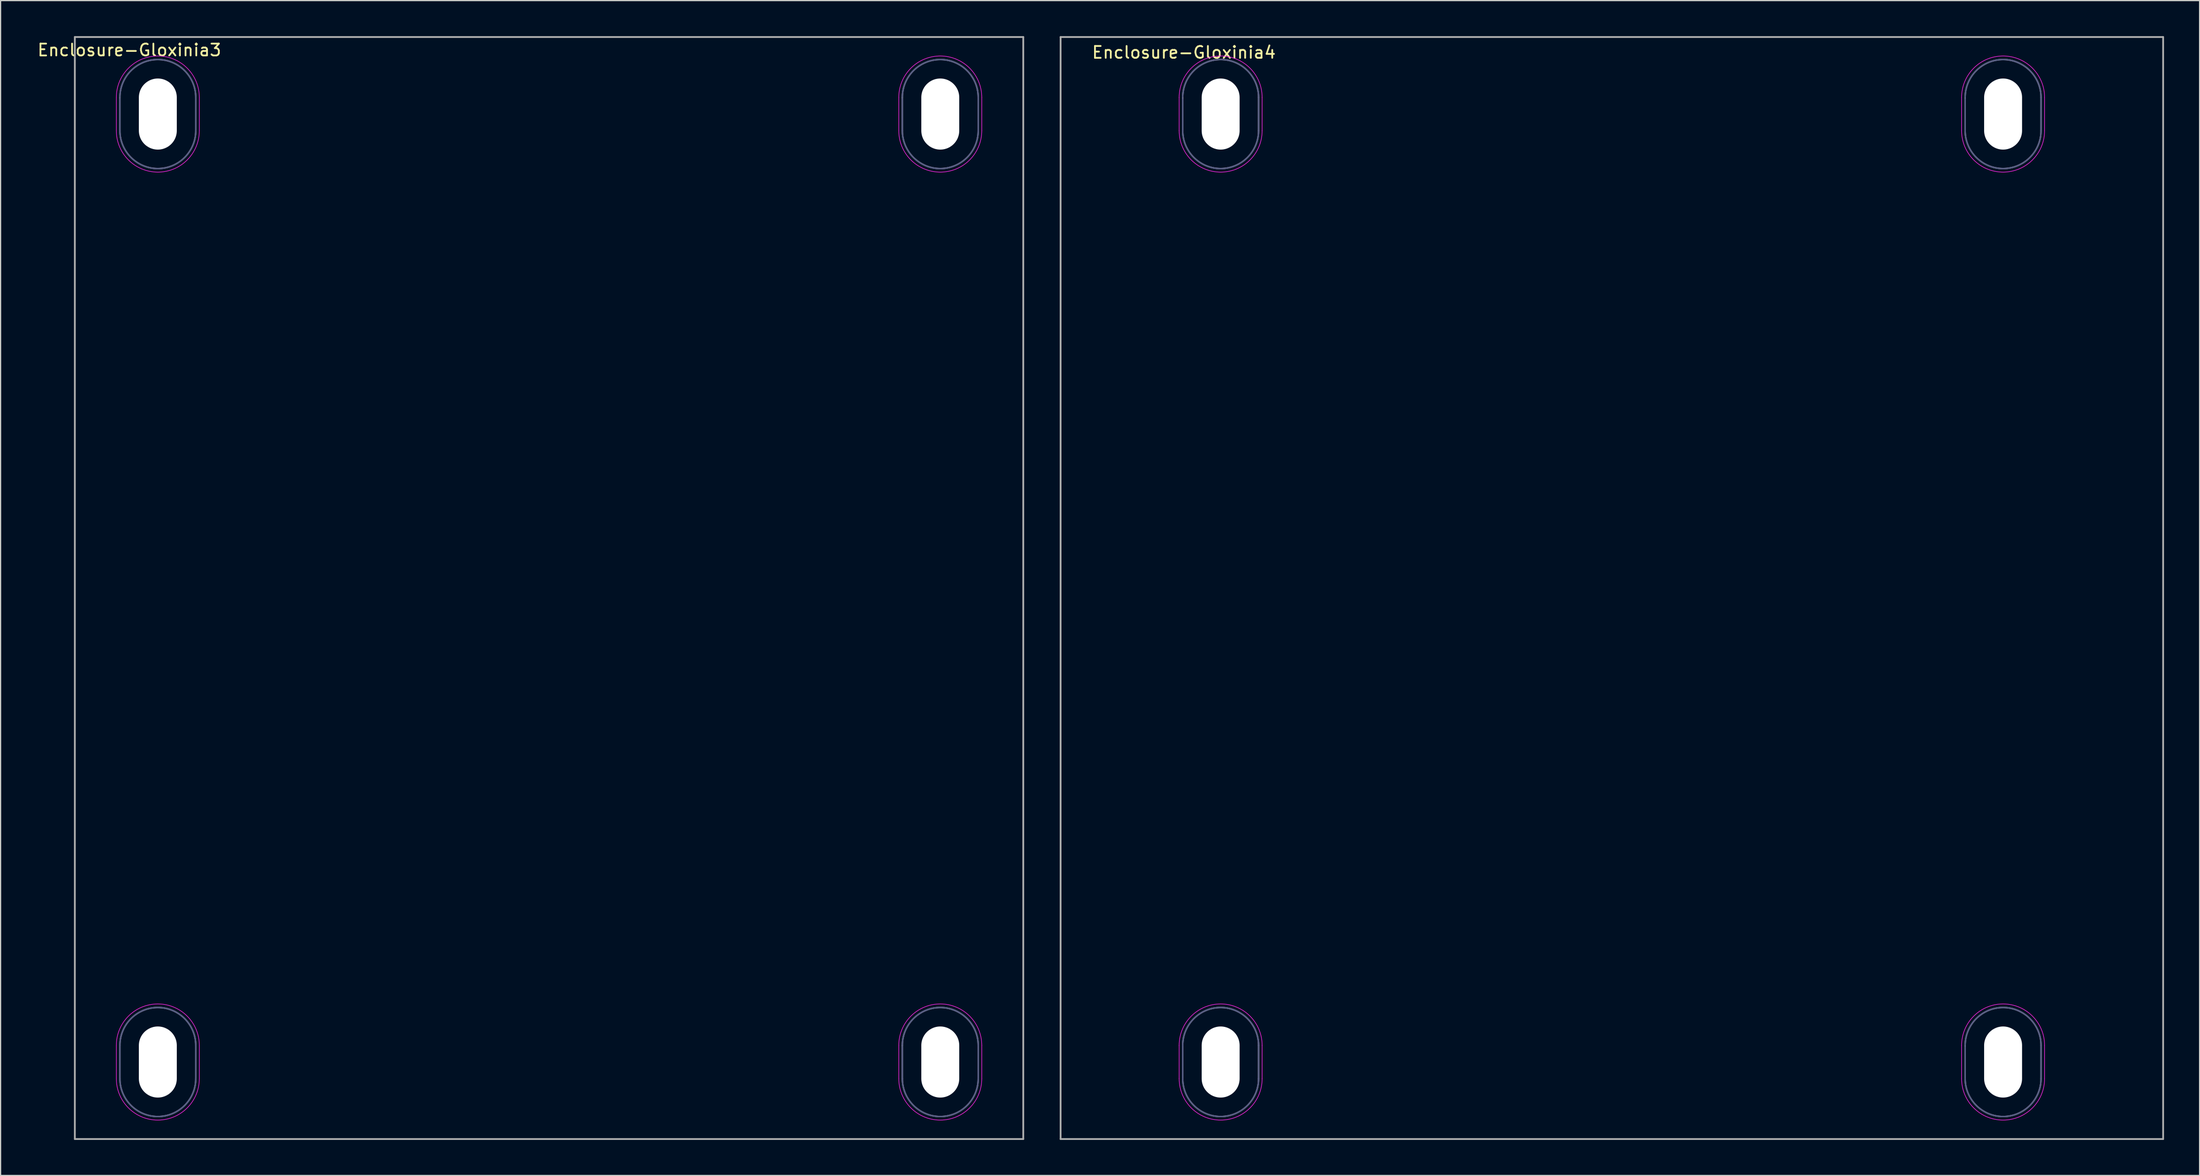
<source format=kicad_pcb>
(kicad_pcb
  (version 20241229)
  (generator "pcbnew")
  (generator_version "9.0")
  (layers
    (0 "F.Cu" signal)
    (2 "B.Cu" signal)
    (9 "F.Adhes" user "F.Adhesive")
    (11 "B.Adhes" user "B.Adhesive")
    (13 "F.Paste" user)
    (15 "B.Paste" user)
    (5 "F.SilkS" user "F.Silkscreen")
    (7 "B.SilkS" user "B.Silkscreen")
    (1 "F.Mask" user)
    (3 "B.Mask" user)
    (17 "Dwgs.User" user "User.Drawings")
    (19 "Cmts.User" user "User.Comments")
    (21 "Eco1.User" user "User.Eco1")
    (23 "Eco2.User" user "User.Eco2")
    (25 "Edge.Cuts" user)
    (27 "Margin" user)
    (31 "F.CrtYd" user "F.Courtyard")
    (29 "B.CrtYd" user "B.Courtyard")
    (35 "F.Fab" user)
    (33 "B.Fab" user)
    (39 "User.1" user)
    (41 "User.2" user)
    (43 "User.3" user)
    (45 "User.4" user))
  (footprint "Enclosure-Gloxinia4"
    (layer "F.Cu")
    (at 132.913 46.575)
    (property "Reference" "Enclosure-Gloxinia4" (at -36.1 -45.2 0) (layer "F.SilkS") (effects (font (size 1 1) (thickness 0.15))))
    (fp_line (start -36.5 -41.4) (end -36.5 -38.6) (stroke (width 0.05) (type solid)) (layer "F.CrtYd"))
    (fp_line (start -36.5 38.6) (end -36.5 41.4) (stroke (width 0.05) (type solid)) (layer "F.CrtYd"))
    (fp_line (start -29.5 -41.4) (end -29.5 -38.6) (stroke (width 0.05) (type solid)) (layer "F.CrtYd"))
    (fp_line (start -29.5 38.6) (end -29.5 41.4) (stroke (width 0.05) (type solid)) (layer "F.CrtYd"))
    (fp_line (start 29.5 -41.4) (end 29.5 -38.6) (stroke (width 0.05) (type solid)) (layer "F.CrtYd"))
    (fp_line (start 29.5 38.6) (end 29.5 41.4) (stroke (width 0.05) (type solid)) (layer "F.CrtYd"))
    (fp_line (start 36.5 -41.4) (end 36.5 -38.6) (stroke (width 0.05) (type solid)) (layer "F.CrtYd"))
    (fp_line (start 36.5 38.6) (end 36.5 41.4) (stroke (width 0.05) (type solid)) (layer "F.CrtYd"))
    (fp_arc (start -36.5 -41.4) (mid -33 -44.9) (end -29.5 -41.4) (stroke (width 0.05) (type solid)) (layer "F.CrtYd"))
    (fp_arc (start -36.5 38.6) (mid -33 35.1) (end -29.5 38.6) (stroke (width 0.05) (type solid)) (layer "F.CrtYd"))
    (fp_arc (start -29.5 -38.6) (mid -33 -35.1) (end -36.5 -38.6) (stroke (width 0.05) (type solid)) (layer "F.CrtYd"))
    (fp_arc (start -29.5 41.4) (mid -33 44.9) (end -36.5 41.4) (stroke (width 0.05) (type solid)) (layer "F.CrtYd"))
    (fp_arc (start 29.5 -41.4) (mid 33 -44.9) (end 36.5 -41.4) (stroke (width 0.05) (type solid)) (layer "F.CrtYd"))
    (fp_arc (start 29.5 38.6) (mid 33 35.1) (end 36.5 38.6) (stroke (width 0.05) (type solid)) (layer "F.CrtYd"))
    (fp_arc (start 36.5 -38.6) (mid 33 -35.1) (end 29.5 -38.6) (stroke (width 0.05) (type solid)) (layer "F.CrtYd"))
    (fp_arc (start 36.5 41.4) (mid 33 44.9) (end 29.5 41.4) (stroke (width 0.05) (type solid)) (layer "F.CrtYd"))
    (fp_line (start -36.2 -41.3) (end -36.2 -38.6) (stroke (width 0.12) (type solid)) (layer "B.Fab"))
    (fp_line (start -36.2 38.6) (end -36.2 41.4) (stroke (width 0.12) (type solid)) (layer "B.Fab"))
    (fp_line (start -29.8 -41.4) (end -29.8 -38.6) (stroke (width 0.12) (type solid)) (layer "B.Fab"))
    (fp_line (start -29.8 38.6) (end -29.8 41.5) (stroke (width 0.12) (type solid)) (layer "B.Fab"))
    (fp_line (start 29.8 -41.3) (end 29.8 -38.6) (stroke (width 0.12) (type solid)) (layer "B.Fab"))
    (fp_line (start 29.8 38.7) (end 29.8 41.4) (stroke (width 0.12) (type solid)) (layer "B.Fab"))
    (fp_line (start 36.2 -41.4) (end 36.2 -38.6) (stroke (width 0.12) (type solid)) (layer "B.Fab"))
    (fp_line (start 36.2 38.6) (end 36.2 41.4) (stroke (width 0.12) (type solid)) (layer "B.Fab"))
    (fp_arc (start -36.2 -41.4) (mid -33 -44.6) (end -29.8 -41.4) (stroke (width 0.12) (type solid)) (layer "B.Fab"))
    (fp_arc (start -36.2 38.6) (mid -33 35.4) (end -29.8 38.6) (stroke (width 0.12) (type solid)) (layer "B.Fab"))
    (fp_arc (start -29.8 -38.6) (mid -33 -35.4) (end -36.2 -38.6) (stroke (width 0.12) (type solid)) (layer "B.Fab"))
    (fp_arc (start -29.8 41.4) (mid -33 44.6) (end -36.2 41.4) (stroke (width 0.12) (type solid)) (layer "B.Fab"))
    (fp_arc (start 29.8 -41.4) (mid 33 -44.6) (end 36.2 -41.4) (stroke (width 0.12) (type solid)) (layer "B.Fab"))
    (fp_arc (start 29.8 38.6) (mid 33 35.4) (end 36.2 38.6) (stroke (width 0.12) (type solid)) (layer "B.Fab"))
    (fp_arc (start 36.2 -38.6) (mid 33 -35.4) (end 29.8 -38.6) (stroke (width 0.12) (type solid)) (layer "B.Fab"))
    (fp_arc (start 36.2 41.4) (mid 33 44.6) (end 29.8 41.4) (stroke (width 0.12) (type solid)) (layer "B.Fab"))
    (fp_line (start -46.5 -46.5) (end -46.5 46.5) (stroke (width 0.15) (type solid)) (layer "F.Fab"))
    (fp_line (start -46.5 -46.5) (end 46.5 -46.5) (stroke (width 0.15) (type solid)) (layer "F.Fab"))
    (fp_line (start -36.2 -41.4) (end -36.2 -38.6) (stroke (width 0.12) (type solid)) (layer "F.Fab"))
    (fp_line (start -36.2 38.6) (end -36.2 41.4) (stroke (width 0.12) (type solid)) (layer "F.Fab"))
    (fp_line (start -29.8 -41.4) (end -29.8 -38.6) (stroke (width 0.12) (type solid)) (layer "F.Fab"))
    (fp_line (start -29.8 38.6) (end -29.8 41.4) (stroke (width 0.12) (type solid)) (layer "F.Fab"))
    (fp_line (start 29.8 -41.4) (end 29.8 -38.6) (stroke (width 0.12) (type solid)) (layer "F.Fab"))
    (fp_line (start 29.8 38.6) (end 29.8 41.4) (stroke (width 0.12) (type solid)) (layer "F.Fab"))
    (fp_line (start 36.2 -41.4) (end 36.2 -38.6) (stroke (width 0.12) (type solid)) (layer "F.Fab"))
    (fp_line (start 36.2 38.6) (end 36.2 41.4) (stroke (width 0.12) (type solid)) (layer "F.Fab"))
    (fp_line (start 46.5 -46.5) (end 46.5 46.5) (stroke (width 0.15) (type solid)) (layer "F.Fab"))
    (fp_line (start 46.5 46.5) (end -46.5 46.5) (stroke (width 0.15) (type solid)) (layer "F.Fab"))
    (fp_arc (start -36.2 -41.4) (mid -33 -44.6) (end -29.8 -41.4) (stroke (width 0.12) (type solid)) (layer "F.Fab"))
    (fp_arc (start -36.2 38.6) (mid -33 35.4) (end -29.8 38.6) (stroke (width 0.12) (type solid)) (layer "F.Fab"))
    (fp_arc (start -29.8 -38.6) (mid -33 -35.4) (end -36.2 -38.6) (stroke (width 0.12) (type solid)) (layer "F.Fab"))
    (fp_arc (start -29.8 41.4) (mid -33 44.6) (end -36.2 41.4) (stroke (width 0.12) (type solid)) (layer "F.Fab"))
    (fp_arc (start 29.8 -41.4) (mid 33 -44.6) (end 36.2 -41.4) (stroke (width 0.12) (type solid)) (layer "F.Fab"))
    (fp_arc (start 29.8 38.6) (mid 33 35.4) (end 36.2 38.6) (stroke (width 0.12) (type solid)) (layer "F.Fab"))
    (fp_arc (start 36.2 -38.6) (mid 33 -35.4) (end 29.8 -38.6) (stroke (width 0.12) (type solid)) (layer "F.Fab"))
    (fp_arc (start 36.2 41.4) (mid 33 44.6) (end 29.8 41.4) (stroke (width 0.12) (type solid)) (layer "F.Fab"))
    (pad "" np_thru_hole oval (at -33 -40) (size 3.2 6) (drill oval 3.2 6) (layers "*.Cu" "*.Mask"))
    (pad "" np_thru_hole oval (at -33 40) (size 3.2 6) (drill oval 3.2 6) (layers "*.Cu" "*.Mask"))
    (pad "" np_thru_hole oval (at 33 -40) (size 3.2 6) (drill oval 3.2 6) (layers "*.Cu" "*.Mask"))
    (pad "" np_thru_hole oval (at 33 40) (size 3.2 6) (drill oval 3.2 6) (layers "*.Cu" "*.Mask")))
  (footprint "Enclosure-Gloxinia3"
    (layer "F.Cu")
    (at 43.263 46.575)
    (property "Reference" "Enclosure-Gloxinia3" (at -35.4 -45.4 0) (layer "F.SilkS") (effects (font (size 1 1) (thickness 0.15))))
    (fp_line (start -36.5 -41.4) (end -36.5 -38.6) (stroke (width 0.05) (type solid)) (layer "F.CrtYd"))
    (fp_line (start -36.5 38.6) (end -36.5 41.4) (stroke (width 0.05) (type solid)) (layer "F.CrtYd"))
    (fp_line (start -29.5 -41.4) (end -29.5 -38.6) (stroke (width 0.05) (type solid)) (layer "F.CrtYd"))
    (fp_line (start -29.5 38.6) (end -29.5 41.4) (stroke (width 0.05) (type solid)) (layer "F.CrtYd"))
    (fp_line (start 29.5 -41.4) (end 29.5 -38.6) (stroke (width 0.05) (type solid)) (layer "F.CrtYd"))
    (fp_line (start 29.5 38.6) (end 29.5 41.4) (stroke (width 0.05) (type solid)) (layer "F.CrtYd"))
    (fp_line (start 36.5 -41.4) (end 36.5 -38.6) (stroke (width 0.05) (type solid)) (layer "F.CrtYd"))
    (fp_line (start 36.5 38.6) (end 36.5 41.4) (stroke (width 0.05) (type solid)) (layer "F.CrtYd"))
    (fp_arc (start -36.5 -41.4) (mid -33 -44.9) (end -29.5 -41.4) (stroke (width 0.05) (type solid)) (layer "F.CrtYd"))
    (fp_arc (start -36.5 38.6) (mid -33 35.1) (end -29.5 38.6) (stroke (width 0.05) (type solid)) (layer "F.CrtYd"))
    (fp_arc (start -29.5 -38.6) (mid -33 -35.1) (end -36.5 -38.6) (stroke (width 0.05) (type solid)) (layer "F.CrtYd"))
    (fp_arc (start -29.5 41.4) (mid -33 44.9) (end -36.5 41.4) (stroke (width 0.05) (type solid)) (layer "F.CrtYd"))
    (fp_arc (start 29.5 -41.4) (mid 33 -44.9) (end 36.5 -41.4) (stroke (width 0.05) (type solid)) (layer "F.CrtYd"))
    (fp_arc (start 29.5 38.6) (mid 33 35.1) (end 36.5 38.6) (stroke (width 0.05) (type solid)) (layer "F.CrtYd"))
    (fp_arc (start 36.5 -38.6) (mid 33 -35.1) (end 29.5 -38.6) (stroke (width 0.05) (type solid)) (layer "F.CrtYd"))
    (fp_arc (start 36.5 41.4) (mid 33 44.9) (end 29.5 41.4) (stroke (width 0.05) (type solid)) (layer "F.CrtYd"))
    (fp_line (start -36.2 -41.3) (end -36.2 -38.6) (stroke (width 0.12) (type solid)) (layer "B.Fab"))
    (fp_line (start -36.2 38.6) (end -36.2 41.4) (stroke (width 0.12) (type solid)) (layer "B.Fab"))
    (fp_line (start -29.8 -41.4) (end -29.8 -38.6) (stroke (width 0.12) (type solid)) (layer "B.Fab"))
    (fp_line (start -29.8 38.6) (end -29.8 41.5) (stroke (width 0.12) (type solid)) (layer "B.Fab"))
    (fp_line (start 29.8 -41.3) (end 29.8 -38.6) (stroke (width 0.12) (type solid)) (layer "B.Fab"))
    (fp_line (start 29.8 38.7) (end 29.8 41.4) (stroke (width 0.12) (type solid)) (layer "B.Fab"))
    (fp_line (start 36.2 -41.4) (end 36.2 -38.6) (stroke (width 0.12) (type solid)) (layer "B.Fab"))
    (fp_line (start 36.2 38.6) (end 36.2 41.4) (stroke (width 0.12) (type solid)) (layer "B.Fab"))
    (fp_arc (start -36.2 -41.4) (mid -33 -44.6) (end -29.8 -41.4) (stroke (width 0.12) (type solid)) (layer "B.Fab"))
    (fp_arc (start -36.2 38.6) (mid -33 35.4) (end -29.8 38.6) (stroke (width 0.12) (type solid)) (layer "B.Fab"))
    (fp_arc (start -29.8 -38.6) (mid -33 -35.4) (end -36.2 -38.6) (stroke (width 0.12) (type solid)) (layer "B.Fab"))
    (fp_arc (start -29.8 41.4) (mid -33 44.6) (end -36.2 41.4) (stroke (width 0.12) (type solid)) (layer "B.Fab"))
    (fp_arc (start 29.8 -41.4) (mid 33 -44.6) (end 36.2 -41.4) (stroke (width 0.12) (type solid)) (layer "B.Fab"))
    (fp_arc (start 29.8 38.6) (mid 33 35.4) (end 36.2 38.6) (stroke (width 0.12) (type solid)) (layer "B.Fab"))
    (fp_arc (start 36.2 -38.6) (mid 33 -35.4) (end 29.8 -38.6) (stroke (width 0.12) (type solid)) (layer "B.Fab"))
    (fp_arc (start 36.2 41.4) (mid 33 44.6) (end 29.8 41.4) (stroke (width 0.12) (type solid)) (layer "B.Fab"))
    (fp_line (start -40 -46.5) (end -40 46.5) (stroke (width 0.15) (type solid)) (layer "F.Fab"))
    (fp_line (start -40 -46.5) (end 40 -46.5) (stroke (width 0.15) (type solid)) (layer "F.Fab"))
    (fp_line (start -36.2 -41.4) (end -36.2 -38.6) (stroke (width 0.12) (type solid)) (layer "F.Fab"))
    (fp_line (start -36.2 38.6) (end -36.2 41.4) (stroke (width 0.12) (type solid)) (layer "F.Fab"))
    (fp_line (start -29.8 -41.4) (end -29.8 -38.6) (stroke (width 0.12) (type solid)) (layer "F.Fab"))
    (fp_line (start -29.8 38.6) (end -29.8 41.4) (stroke (width 0.12) (type solid)) (layer "F.Fab"))
    (fp_line (start 29.8 -41.4) (end 29.8 -38.6) (stroke (width 0.12) (type solid)) (layer "F.Fab"))
    (fp_line (start 29.8 38.6) (end 29.8 41.4) (stroke (width 0.12) (type solid)) (layer "F.Fab"))
    (fp_line (start 36.2 -41.4) (end 36.2 -38.6) (stroke (width 0.12) (type solid)) (layer "F.Fab"))
    (fp_line (start 36.2 38.6) (end 36.2 41.4) (stroke (width 0.12) (type solid)) (layer "F.Fab"))
    (fp_line (start 40 -46.5) (end 40 46.5) (stroke (width 0.15) (type solid)) (layer "F.Fab"))
    (fp_line (start 40 46.5) (end -40 46.5) (stroke (width 0.15) (type solid)) (layer "F.Fab"))
    (fp_arc (start -36.2 -41.4) (mid -33 -44.6) (end -29.8 -41.4) (stroke (width 0.12) (type solid)) (layer "F.Fab"))
    (fp_arc (start -36.2 38.6) (mid -33 35.4) (end -29.8 38.6) (stroke (width 0.12) (type solid)) (layer "F.Fab"))
    (fp_arc (start -29.8 -38.6) (mid -33 -35.4) (end -36.2 -38.6) (stroke (width 0.12) (type solid)) (layer "F.Fab"))
    (fp_arc (start -29.8 41.4) (mid -33 44.6) (end -36.2 41.4) (stroke (width 0.12) (type solid)) (layer "F.Fab"))
    (fp_arc (start 29.8 -41.4) (mid 33 -44.6) (end 36.2 -41.4) (stroke (width 0.12) (type solid)) (layer "F.Fab"))
    (fp_arc (start 29.8 38.6) (mid 33 35.4) (end 36.2 38.6) (stroke (width 0.12) (type solid)) (layer "F.Fab"))
    (fp_arc (start 36.2 -38.6) (mid 33 -35.4) (end 29.8 -38.6) (stroke (width 0.12) (type solid)) (layer "F.Fab"))
    (fp_arc (start 36.2 41.4) (mid 33 44.6) (end 29.8 41.4) (stroke (width 0.12) (type solid)) (layer "F.Fab"))
    (pad "" np_thru_hole oval (at -33 -40) (size 3.2 6) (drill oval 3.2 6) (layers "*.Cu" "*.Mask"))
    (pad "" np_thru_hole oval (at -33 40) (size 3.2 6) (drill oval 3.2 6) (layers "*.Cu" "*.Mask"))
    (pad "" np_thru_hole oval (at 33 -40) (size 3.2 6) (drill oval 3.2 6) (layers "*.Cu" "*.Mask"))
    (pad "" np_thru_hole oval (at 33 40) (size 3.2 6) (drill oval 3.2 6) (layers "*.Cu" "*.Mask")))
  (gr_rect
    (start -3 -3)
    (end 182.488 96.15)
    (stroke (width 0.1) (type default))
    (fill no)
    (layer "Edge.Cuts")))
</source>
